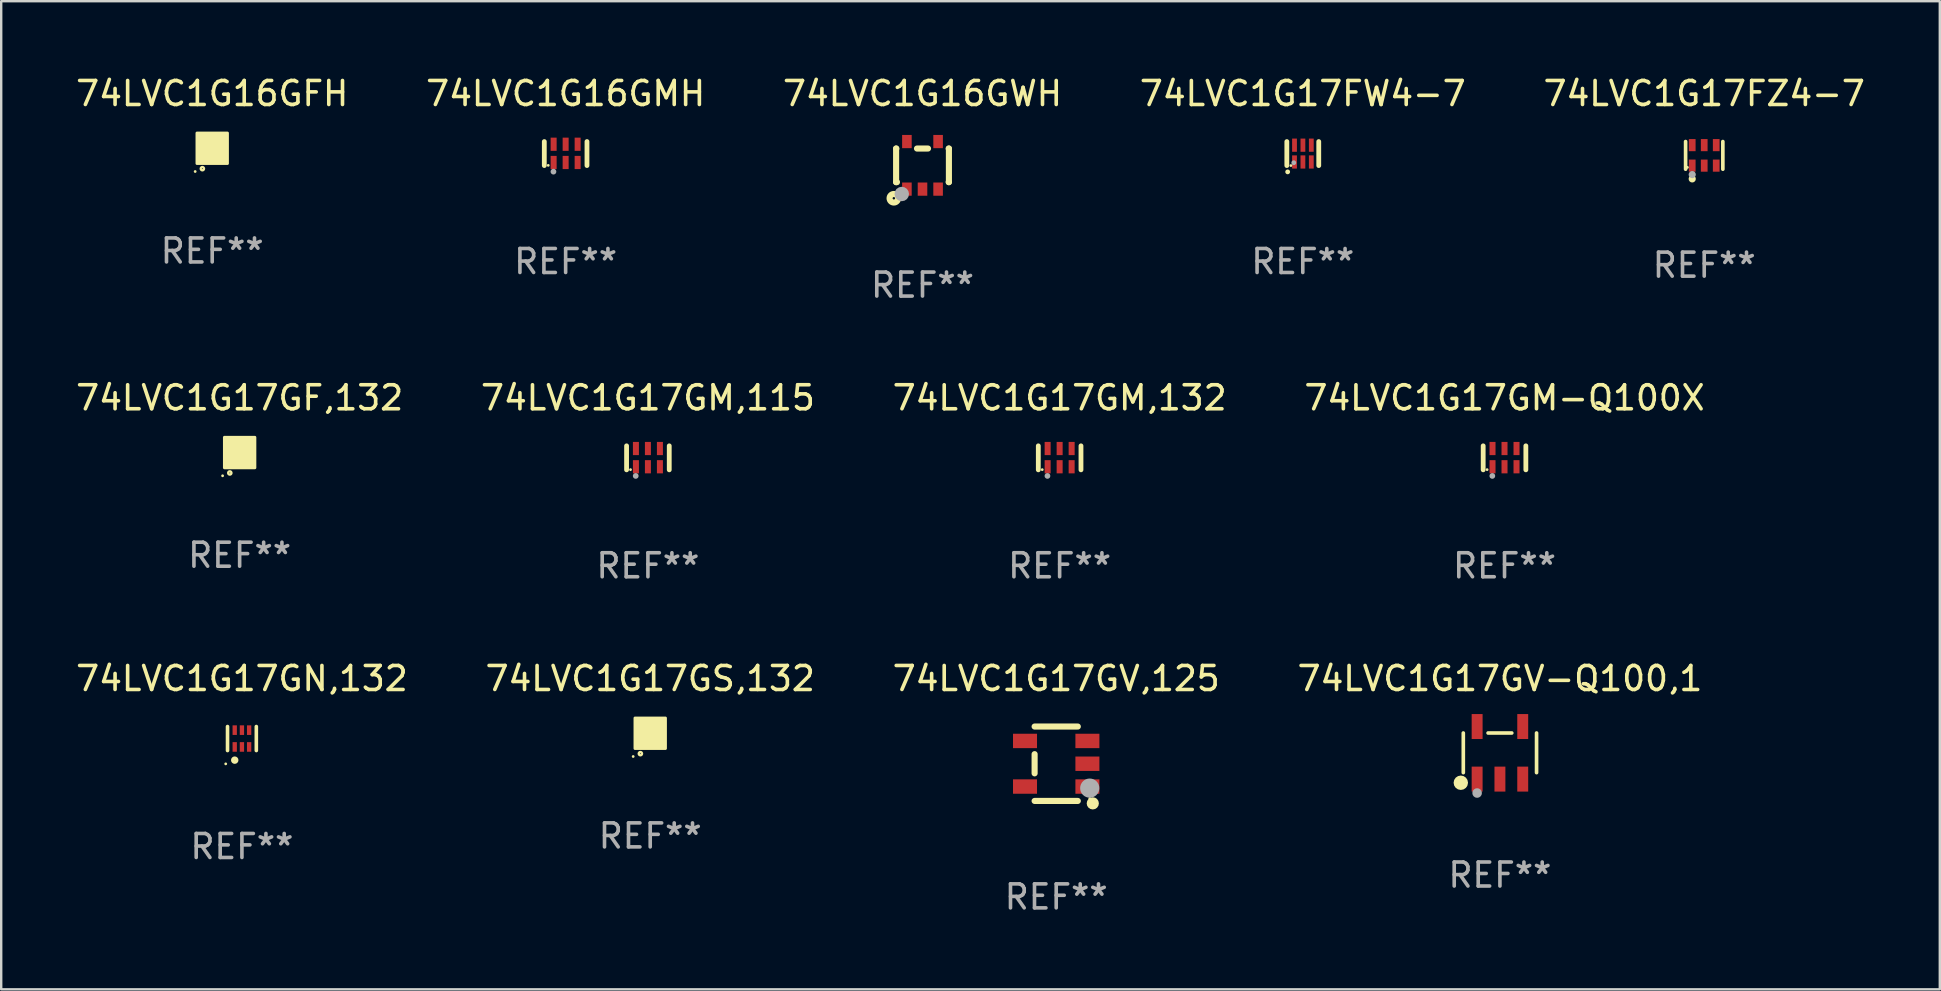
<source format=kicad_pcb>
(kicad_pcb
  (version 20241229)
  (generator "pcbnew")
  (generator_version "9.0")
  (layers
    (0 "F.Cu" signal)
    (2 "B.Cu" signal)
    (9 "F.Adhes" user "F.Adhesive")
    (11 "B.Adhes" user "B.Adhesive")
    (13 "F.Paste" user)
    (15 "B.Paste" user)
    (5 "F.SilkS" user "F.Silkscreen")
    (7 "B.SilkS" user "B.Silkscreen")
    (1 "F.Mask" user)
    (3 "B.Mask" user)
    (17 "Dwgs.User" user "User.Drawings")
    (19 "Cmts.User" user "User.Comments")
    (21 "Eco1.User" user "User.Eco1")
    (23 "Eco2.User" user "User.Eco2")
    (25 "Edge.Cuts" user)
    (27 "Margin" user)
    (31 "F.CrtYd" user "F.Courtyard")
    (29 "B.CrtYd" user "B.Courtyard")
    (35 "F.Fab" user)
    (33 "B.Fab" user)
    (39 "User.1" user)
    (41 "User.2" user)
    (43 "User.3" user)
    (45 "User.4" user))
  (footprint "74LVC1G17GF,132"
    (layer "F.Cu")
    (at 6.935 15.806)
    (property "Reference" "74LVC1G17GF,132" (at 0 -2.28 0) (layer "F.SilkS") (effects (font (size 1 1) (thickness 0.15))))
    (attr through_hole)
    (fp_circle (center -0.71 0.968) (end -0.68 0.968) (stroke (width 0.06) (type solid)) (fill no) (layer "F.SilkS"))
    (fp_circle (center -0.41 0.85) (end -0.342 0.85) (stroke (width 0.1) (type solid)) (fill no) (layer "F.SilkS"))
    (fp_poly (pts (xy -0.635 -0.635) (xy 0.635 -0.635) (xy 0.635 0.635) (xy -0.635 0.635)) (stroke (width 0.12) (type solid)) (fill yes) (layer "F.SilkS"))
    (fp_text user "REF**" (at 0 4.28 0) (layer "F.Fab") (effects (font (size 1 1) (thickness 0.15))))
    (pad "1" smd rect (at -0.35 0.28 90) (size 0.35 0.2) (layers "F.Cu" "F.Mask" "F.Paste"))
    (pad "2" smd rect (at 0 0.28 90) (size 0.35 0.2) (layers "F.Cu" "F.Mask" "F.Paste"))
    (pad "3" smd rect (at 0.35 0.28 90) (size 0.35 0.2) (layers "F.Cu" "F.Mask" "F.Paste"))
    (pad "4" smd rect (at 0.35 -0.28 90) (size 0.35 0.2) (layers "F.Cu" "F.Mask" "F.Paste"))
    (pad "5" smd rect (at 0 -0.28 90) (size 0.35 0.2) (layers "F.Cu" "F.Mask" "F.Paste"))
    (pad "6" smd rect (at -0.35 -0.28 90) (size 0.35 0.2) (layers "F.Cu" "F.Mask" "F.Paste")))
  (footprint "74LVC1G17FZ4-7"
    (layer "F.Cu")
    (at 67.958 3.424)
    (property "Reference" "74LVC1G17FZ4-7" (at 0 -2.576 0) (layer "F.SilkS") (effects (font (size 1 1) (thickness 0.15))))
    (attr through_hole)
    (fp_line (start -0.776 0.576) (end -0.776 -0.576) (stroke (width 0.152) (type solid)) (layer "F.SilkS"))
    (fp_line (start 0.776 0.576) (end 0.776 -0.576) (stroke (width 0.152) (type solid)) (layer "F.SilkS"))
    (fp_circle (center -0.7 0.5) (end -0.67 0.5) (stroke (width 0.06) (type solid)) (fill no) (layer "F.SilkS"))
    (fp_circle (center -0.5 0.98) (end -0.425 0.98) (stroke (width 0.15) (type solid)) (fill no) (layer "F.SilkS"))
    (fp_circle (center -0.5 0.8) (end -0.425 0.8) (stroke (width 0.15) (type solid)) (fill no) (layer "F.Fab"))
    (fp_text user "REF**" (at 0 4.576 0) (layer "F.Fab") (effects (font (size 1 1) (thickness 0.15))))
    (pad "1" smd rect (at -0.5 0.427) (size 0.28 0.505) (layers "F.Cu" "F.Mask" "F.Paste"))
    (pad "2" smd rect (at 0 0.427) (size 0.28 0.505) (layers "F.Cu" "F.Mask" "F.Paste"))
    (pad "3" smd rect (at 0.5 0.427) (size 0.28 0.505) (layers "F.Cu" "F.Mask" "F.Paste"))
    (pad "4" smd rect (at 0.5 -0.427) (size 0.28 0.505) (layers "F.Cu" "F.Mask" "F.Paste"))
    (pad "5" smd rect (at 0 -0.427) (size 0.28 0.505) (layers "F.Cu" "F.Mask" "F.Paste"))
    (pad "6" smd rect (at -0.5 -0.427) (size 0.28 0.505) (layers "F.Cu" "F.Mask" "F.Paste")))
  (footprint "74LVC1G17GV,125"
    (layer "F.Cu")
    (at 40.958 28.772)
    (property "Reference" "74LVC1G17GV,125" (at 0 -3.55 0) (layer "F.SilkS") (effects (font (size 1 1) (thickness 0.15))))
    (attr through_hole)
    (fp_line (start -0.9 -1.55) (end 0.9 -1.55) (stroke (width 0.254) (type solid)) (layer "F.SilkS"))
    (fp_line (start -0.9 0.4) (end -0.9 -0.4) (stroke (width 0.254) (type solid)) (layer "F.SilkS"))
    (fp_line (start -0.9 1.55) (end 0.9 1.55) (stroke (width 0.254) (type solid)) (layer "F.SilkS"))
    (fp_circle (center 1.4 1.45) (end 1.43 1.45) (stroke (width 0.06) (type solid)) (fill no) (layer "F.SilkS"))
    (fp_circle (center 1.524 1.651) (end 1.651 1.651) (stroke (width 0.254) (type solid)) (fill no) (layer "F.SilkS"))
    (fp_circle (center 1.397 1.016) (end 1.597 1.016) (stroke (width 0.4) (type solid)) (fill no) (layer "F.Fab"))
    (fp_text user "REF**" (at 0 5.55 0) (layer "F.Fab") (effects (font (size 1 1) (thickness 0.15))))
    (pad "1" smd rect (at 1.3 0.95) (size 1 0.6) (layers "F.Cu" "F.Mask" "F.Paste"))
    (pad "2" smd rect (at 1.3 -0.000051) (size 1 0.6) (layers "F.Cu" "F.Mask" "F.Paste"))
    (pad "3" smd rect (at 1.3 -0.95) (size 1 0.6) (layers "F.Cu" "F.Mask" "F.Paste"))
    (pad "4" smd rect (at -1.3 -0.95) (size 1 0.6) (layers "F.Cu" "F.Mask" "F.Paste"))
    (pad "5" smd rect (at -1.3 0.95) (size 1 0.6) (layers "F.Cu" "F.Mask" "F.Paste")))
  (footprint "74LVC1G16GWH"
    (layer "F.Cu")
    (at 35.387 3.839)
    (property "Reference" "74LVC1G16GWH" (at 0 -2.991 0) (layer "F.SilkS") (effects (font (size 1 1) (thickness 0.15))))
    (attr through_hole)
    (fp_line (start -1.1 -0.7) (end -1.1 0.7) (stroke (width 0.254) (type solid)) (layer "F.SilkS"))
    (fp_line (start -1.1 -0.7) (end -1.09 -0.7) (stroke (width 0.254) (type solid)) (layer "F.SilkS"))
    (fp_line (start -1.1 0.7) (end -1.065 0.7) (stroke (width 0.254) (type solid)) (layer "F.SilkS"))
    (fp_line (start -0.23 -0.7) (end 0.23 -0.7) (stroke (width 0.254) (type solid)) (layer "F.SilkS"))
    (fp_line (start 1.09 -0.7) (end 1.1 -0.7) (stroke (width 0.254) (type solid)) (layer "F.SilkS"))
    (fp_line (start 1.09 0.7) (end 1.1 0.7) (stroke (width 0.254) (type solid)) (layer "F.SilkS"))
    (fp_line (start 1.1 -0.7) (end 1.1 0.7) (stroke (width 0.254) (type solid)) (layer "F.SilkS"))
    (fp_circle (center -1.194 1.372) (end -1.143 1.372) (stroke (width 0.254) (type solid)) (fill no) (layer "F.SilkS"))
    (fp_circle (center -1.05 1.063) (end -1.02 1.063) (stroke (width 0.06) (type solid)) (fill no) (layer "F.SilkS"))
    (fp_circle (center -0.864 1.194) (end -0.713 1.194) (stroke (width 0.3) (type solid)) (fill no) (layer "F.Fab"))
    (fp_text user "REF**" (at 0 4.991 0) (layer "F.Fab") (effects (font (size 1 1) (thickness 0.15))))
    (pad "1" smd rect (at -0.65 0.991 180) (size 0.399 0.551) (layers "F.Cu" "F.Mask" "F.Paste"))
    (pad "2" smd rect (at 0 0.991 180) (size 0.399 0.551) (layers "F.Cu" "F.Mask" "F.Paste"))
    (pad "3" smd rect (at 0.65 0.991 180) (size 0.399 0.551) (layers "F.Cu" "F.Mask" "F.Paste"))
    (pad "4" smd rect (at 0.65 -0.991 180) (size 0.399 0.551) (layers "F.Cu" "F.Mask" "F.Paste"))
    (pad "5" smd rect (at -0.65 -0.991 180) (size 0.399 0.551) (layers "F.Cu" "F.Mask" "F.Paste")))
  (footprint "74LVC1G17FW4-7"
    (layer "F.Cu")
    (at 51.232 3.349)
    (property "Reference" "74LVC1G17FW4-7" (at 0 -2.5 0) (layer "F.SilkS") (effects (font (size 1 1) (thickness 0.15))))
    (attr through_hole)
    (fp_line (start -0.665 0.5) (end -0.665 -0.5) (stroke (width 0.2) (type solid)) (layer "F.SilkS"))
    (fp_line (start 0.665 0.5) (end 0.665 -0.5) (stroke (width 0.2) (type solid)) (layer "F.SilkS"))
    (fp_circle (center -0.63 0.762) (end -0.58 0.762) (stroke (width 0.1) (type solid)) (fill no) (layer "F.SilkS"))
    (fp_circle (center -0.495 0.5) (end -0.465 0.5) (stroke (width 0.06) (type solid)) (fill no) (layer "F.SilkS"))
    (fp_circle (center -0.376 0.381) (end -0.326 0.381) (stroke (width 0.1) (type solid)) (fill no) (layer "F.Fab"))
    (fp_text user "REF**" (at 0 4.5 0) (layer "F.Fab") (effects (font (size 1 1) (thickness 0.15))))
    (pad "1" smd rect (at -0.345 0.35 180) (size 0.2 0.55) (layers "F.Cu" "F.Mask" "F.Paste"))
    (pad "2" smd rect (at 0.005 0.35 180) (size 0.2 0.55) (layers "F.Cu" "F.Mask" "F.Paste"))
    (pad "3" smd rect (at 0.355 0.35 180) (size 0.2 0.55) (layers "F.Cu" "F.Mask" "F.Paste"))
    (pad "4" smd rect (at 0.355 -0.35 180) (size 0.2 0.55) (layers "F.Cu" "F.Mask" "F.Paste"))
    (pad "5" smd rect (at 0.005 -0.35 180) (size 0.2 0.55) (layers "F.Cu" "F.Mask" "F.Paste"))
    (pad "6" smd rect (at -0.345 -0.35 180) (size 0.2 0.55) (layers "F.Cu" "F.Mask" "F.Paste")))
  (footprint "74LVC1G17GS,132"
    (layer "F.Cu")
    (at 24.042 27.502)
    (property "Reference" "74LVC1G17GS,132" (at 0 -2.28 0) (layer "F.SilkS") (effects (font (size 1 1) (thickness 0.15))))
    (attr through_hole)
    (fp_circle (center -0.71 0.968) (end -0.68 0.968) (stroke (width 0.06) (type solid)) (fill no) (layer "F.SilkS"))
    (fp_circle (center -0.41 0.85) (end -0.342 0.85) (stroke (width 0.1) (type solid)) (fill no) (layer "F.SilkS"))
    (fp_poly (pts (xy -0.635 -0.635) (xy 0.635 -0.635) (xy 0.635 0.635) (xy -0.635 0.635)) (stroke (width 0.12) (type solid)) (fill yes) (layer "F.SilkS"))
    (fp_text user "REF**" (at 0 4.28 0) (layer "F.Fab") (effects (font (size 1 1) (thickness 0.15))))
    (pad "1" smd rect (at -0.35 0.28 90) (size 0.35 0.2) (layers "F.Cu" "F.Mask" "F.Paste"))
    (pad "2" smd rect (at 0 0.28 90) (size 0.35 0.2) (layers "F.Cu" "F.Mask" "F.Paste"))
    (pad "3" smd rect (at 0.35 0.28 90) (size 0.35 0.2) (layers "F.Cu" "F.Mask" "F.Paste"))
    (pad "4" smd rect (at 0.35 -0.28 90) (size 0.35 0.2) (layers "F.Cu" "F.Mask" "F.Paste"))
    (pad "5" smd rect (at 0 -0.28 90) (size 0.35 0.2) (layers "F.Cu" "F.Mask" "F.Paste"))
    (pad "6" smd rect (at -0.35 -0.28 90) (size 0.35 0.2) (layers "F.Cu" "F.Mask" "F.Paste")))
  (footprint "74LVC1G17GV-Q100,1"
    (layer "F.Cu")
    (at 59.446 28.317)
    (property "Reference" "74LVC1G17GV-Q100,1" (at 0 -3.095 0) (layer "F.SilkS") (effects (font (size 1 1) (thickness 0.15))))
    (attr through_hole)
    (fp_line (start -1.526 0.826) (end -1.526 -0.826) (stroke (width 0.152) (type solid)) (layer "F.SilkS"))
    (fp_line (start 0.494 -0.826) (end -0.494 -0.826) (stroke (width 0.152) (type solid)) (layer "F.SilkS"))
    (fp_line (start 1.526 0.826) (end 1.526 -0.826) (stroke (width 0.152) (type solid)) (layer "F.SilkS"))
    (fp_circle (center -1.63 1.247) (end -1.48 1.247) (stroke (width 0.3) (type solid)) (fill no) (layer "F.SilkS"))
    (fp_circle (center -1.45 1.375) (end -1.42 1.375) (stroke (width 0.06) (type solid)) (fill no) (layer "F.SilkS"))
    (fp_circle (center -0.95 1.675) (end -0.85 1.675) (stroke (width 0.2) (type solid)) (fill no) (layer "F.Fab"))
    (fp_text user "REF**" (at 0 5.095 0) (layer "F.Fab") (effects (font (size 1 1) (thickness 0.15))))
    (pad "1" smd rect (at -0.95 1.095) (size 0.455 1.04) (layers "F.Cu" "F.Mask" "F.Paste"))
    (pad "2" smd rect (at 0 1.095) (size 0.455 1.04) (layers "F.Cu" "F.Mask" "F.Paste"))
    (pad "3" smd rect (at 0.95 1.095) (size 0.455 1.04) (layers "F.Cu" "F.Mask" "F.Paste"))
    (pad "4" smd rect (at 0.95 -1.095) (size 0.455 1.04) (layers "F.Cu" "F.Mask" "F.Paste"))
    (pad "5" smd rect (at -0.95 -1.095) (size 0.455 1.04) (layers "F.Cu" "F.Mask" "F.Paste")))
  (footprint "74LVC1G17GM,132"
    (layer "F.Cu")
    (at 41.101 16.026)
    (property "Reference" "74LVC1G17GM,132" (at 0 -2.5 0) (layer "F.SilkS") (effects (font (size 1 1) (thickness 0.15))))
    (attr through_hole)
    (fp_line (start -0.889 0.5) (end -0.889 -0.5) (stroke (width 0.2) (type solid)) (layer "F.SilkS"))
    (fp_line (start 0.889 0.5) (end 0.889 -0.5) (stroke (width 0.2) (type solid)) (layer "F.SilkS"))
    (fp_circle (center -0.725 0.492) (end -0.695 0.492) (stroke (width 0.06) (type solid)) (fill no) (layer "F.SilkS"))
    (fp_circle (center -0.508 0.754) (end -0.448 0.754) (stroke (width 0.12) (type solid)) (fill no) (layer "F.Fab"))
    (fp_text user "REF**" (at 0 4.5 0) (layer "F.Fab") (effects (font (size 1 1) (thickness 0.15))))
    (pad "1" smd rect (at -0.5 0.372) (size 0.25 0.55) (layers "F.Cu" "F.Mask" "F.Paste"))
    (pad "2" smd rect (at -0.000127 0.372) (size 0.25 0.55) (layers "F.Cu" "F.Mask" "F.Paste"))
    (pad "3" smd rect (at 0.5 0.372) (size 0.25 0.55) (layers "F.Cu" "F.Mask" "F.Paste"))
    (pad "4" smd rect (at 0.5 -0.388 180) (size 0.25 0.55) (layers "F.Cu" "F.Mask" "F.Paste"))
    (pad "5" smd rect (at -0.000127 -0.388 180) (size 0.25 0.55) (layers "F.Cu" "F.Mask" "F.Paste"))
    (pad "6" smd rect (at -0.5 -0.388 180) (size 0.25 0.55) (layers "F.Cu" "F.Mask" "F.Paste")))
  (footprint "74LVC1G17GM,115"
    (layer "F.Cu")
    (at 23.946 16.026)
    (property "Reference" "74LVC1G17GM,115" (at 0 -2.5 0) (layer "F.SilkS") (effects (font (size 1 1) (thickness 0.15))))
    (attr through_hole)
    (fp_line (start -0.889 0.5) (end -0.889 -0.5) (stroke (width 0.2) (type solid)) (layer "F.SilkS"))
    (fp_line (start 0.889 0.5) (end 0.889 -0.5) (stroke (width 0.2) (type solid)) (layer "F.SilkS"))
    (fp_circle (center -0.725 0.492) (end -0.695 0.492) (stroke (width 0.06) (type solid)) (fill no) (layer "F.SilkS"))
    (fp_circle (center -0.508 0.754) (end -0.448 0.754) (stroke (width 0.12) (type solid)) (fill no) (layer "F.Fab"))
    (fp_text user "REF**" (at 0 4.5 0) (layer "F.Fab") (effects (font (size 1 1) (thickness 0.15))))
    (pad "1" smd rect (at -0.5 0.372) (size 0.25 0.55) (layers "F.Cu" "F.Mask" "F.Paste"))
    (pad "2" smd rect (at -0.000127 0.372) (size 0.25 0.55) (layers "F.Cu" "F.Mask" "F.Paste"))
    (pad "3" smd rect (at 0.5 0.372) (size 0.25 0.55) (layers "F.Cu" "F.Mask" "F.Paste"))
    (pad "4" smd rect (at 0.5 -0.388 180) (size 0.25 0.55) (layers "F.Cu" "F.Mask" "F.Paste"))
    (pad "5" smd rect (at -0.000127 -0.388 180) (size 0.25 0.55) (layers "F.Cu" "F.Mask" "F.Paste"))
    (pad "6" smd rect (at -0.5 -0.388 180) (size 0.25 0.55) (layers "F.Cu" "F.Mask" "F.Paste")))
  (footprint "74LVC1G17GN,132"
    (layer "F.Cu")
    (at 7.03 27.722)
    (property "Reference" "74LVC1G17GN,132" (at 0 -2.5 0) (layer "F.SilkS") (effects (font (size 1 1) (thickness 0.15))))
    (attr through_hole)
    (fp_line (start -0.6 -0.5) (end -0.6 0.5) (stroke (width 0.15) (type solid)) (layer "F.SilkS"))
    (fp_line (start 0.6 0.5) (end 0.6 -0.5) (stroke (width 0.15) (type solid)) (layer "F.SilkS"))
    (fp_circle (center -0.675 1.055) (end -0.645 1.055) (stroke (width 0.06) (type solid)) (fill no) (layer "F.SilkS"))
    (fp_circle (center -0.3 0.9) (end -0.22 0.9) (stroke (width 0.15) (type solid)) (fill no) (layer "F.SilkS"))
    (fp_text user "REF**" (at 0 4.5 0) (layer "F.Fab") (effects (font (size 1 1) (thickness 0.15))))
    (pad "1" smd rect (at -0.3 0.35) (size 0.18 0.4) (layers "F.Cu" "F.Mask" "F.Paste"))
    (pad "2" smd rect (at 0.000025 0.35) (size 0.18 0.4) (layers "F.Cu" "F.Mask" "F.Paste"))
    (pad "3" smd rect (at 0.3 0.35) (size 0.18 0.4) (layers "F.Cu" "F.Mask" "F.Paste"))
    (pad "4" smd rect (at 0.3 -0.35) (size 0.18 0.4) (layers "F.Cu" "F.Mask" "F.Paste"))
    (pad "5" smd rect (at 0.000025 -0.35) (size 0.18 0.4) (layers "F.Cu" "F.Mask" "F.Paste"))
    (pad "6" smd rect (at -0.3 -0.35) (size 0.18 0.4) (layers "F.Cu" "F.Mask" "F.Paste")))
  (footprint "74LVC1G16GFH"
    (layer "F.Cu")
    (at 5.792 3.128)
    (property "Reference" "74LVC1G16GFH" (at 0 -2.28 0) (layer "F.SilkS") (effects (font (size 1 1) (thickness 0.15))))
    (attr through_hole)
    (fp_circle (center -0.71 0.968) (end -0.68 0.968) (stroke (width 0.06) (type solid)) (fill no) (layer "F.SilkS"))
    (fp_circle (center -0.41 0.85) (end -0.342 0.85) (stroke (width 0.1) (type solid)) (fill no) (layer "F.SilkS"))
    (fp_poly (pts (xy -0.635 -0.635) (xy 0.635 -0.635) (xy 0.635 0.635) (xy -0.635 0.635)) (stroke (width 0.12) (type solid)) (fill yes) (layer "F.SilkS"))
    (fp_text user "REF**" (at 0 4.28 0) (layer "F.Fab") (effects (font (size 1 1) (thickness 0.15))))
    (pad "1" smd rect (at -0.35 0.28 90) (size 0.35 0.2) (layers "F.Cu" "F.Mask" "F.Paste"))
    (pad "2" smd rect (at 0 0.28 90) (size 0.35 0.2) (layers "F.Cu" "F.Mask" "F.Paste"))
    (pad "3" smd rect (at 0.35 0.28 90) (size 0.35 0.2) (layers "F.Cu" "F.Mask" "F.Paste"))
    (pad "4" smd rect (at 0.35 -0.28 90) (size 0.35 0.2) (layers "F.Cu" "F.Mask" "F.Paste"))
    (pad "5" smd rect (at 0 -0.28 90) (size 0.35 0.2) (layers "F.Cu" "F.Mask" "F.Paste"))
    (pad "6" smd rect (at -0.35 -0.28 90) (size 0.35 0.2) (layers "F.Cu" "F.Mask" "F.Paste")))
  (footprint "74LVC1G17GM-Q100X"
    (layer "F.Cu")
    (at 59.637 16.026)
    (property "Reference" "74LVC1G17GM-Q100X" (at 0 -2.5 0) (layer "F.SilkS") (effects (font (size 1 1) (thickness 0.15))))
    (attr through_hole)
    (fp_line (start -0.889 0.5) (end -0.889 -0.5) (stroke (width 0.2) (type solid)) (layer "F.SilkS"))
    (fp_line (start 0.889 0.5) (end 0.889 -0.5) (stroke (width 0.2) (type solid)) (layer "F.SilkS"))
    (fp_circle (center -0.725 0.492) (end -0.695 0.492) (stroke (width 0.06) (type solid)) (fill no) (layer "F.SilkS"))
    (fp_circle (center -0.508 0.754) (end -0.448 0.754) (stroke (width 0.12) (type solid)) (fill no) (layer "F.Fab"))
    (fp_text user "REF**" (at 0 4.5 0) (layer "F.Fab") (effects (font (size 1 1) (thickness 0.15))))
    (pad "1" smd rect (at -0.5 0.372) (size 0.25 0.55) (layers "F.Cu" "F.Mask" "F.Paste"))
    (pad "2" smd rect (at -0.000127 0.372) (size 0.25 0.55) (layers "F.Cu" "F.Mask" "F.Paste"))
    (pad "3" smd rect (at 0.5 0.372) (size 0.25 0.55) (layers "F.Cu" "F.Mask" "F.Paste"))
    (pad "4" smd rect (at 0.5 -0.388 180) (size 0.25 0.55) (layers "F.Cu" "F.Mask" "F.Paste"))
    (pad "5" smd rect (at -0.000127 -0.388 180) (size 0.25 0.55) (layers "F.Cu" "F.Mask" "F.Paste"))
    (pad "6" smd rect (at -0.5 -0.388 180) (size 0.25 0.55) (layers "F.Cu" "F.Mask" "F.Paste")))
  (footprint "74LVC1G16GMH"
    (layer "F.Cu")
    (at 20.518 3.348)
    (property "Reference" "74LVC1G16GMH" (at 0 -2.5 0) (layer "F.SilkS") (effects (font (size 1 1) (thickness 0.15))))
    (attr through_hole)
    (fp_line (start -0.889 0.5) (end -0.889 -0.5) (stroke (width 0.2) (type solid)) (layer "F.SilkS"))
    (fp_line (start 0.889 0.5) (end 0.889 -0.5) (stroke (width 0.2) (type solid)) (layer "F.SilkS"))
    (fp_circle (center -0.725 0.492) (end -0.695 0.492) (stroke (width 0.06) (type solid)) (fill no) (layer "F.SilkS"))
    (fp_circle (center -0.508 0.754) (end -0.448 0.754) (stroke (width 0.12) (type solid)) (fill no) (layer "F.Fab"))
    (fp_text user "REF**" (at 0 4.5 0) (layer "F.Fab") (effects (font (size 1 1) (thickness 0.15))))
    (pad "1" smd rect (at -0.5 0.372) (size 0.25 0.55) (layers "F.Cu" "F.Mask" "F.Paste"))
    (pad "2" smd rect (at -0.000127 0.372) (size 0.25 0.55) (layers "F.Cu" "F.Mask" "F.Paste"))
    (pad "3" smd rect (at 0.5 0.372) (size 0.25 0.55) (layers "F.Cu" "F.Mask" "F.Paste"))
    (pad "4" smd rect (at 0.5 -0.388 180) (size 0.25 0.55) (layers "F.Cu" "F.Mask" "F.Paste"))
    (pad "5" smd rect (at -0.000127 -0.388 180) (size 0.25 0.55) (layers "F.Cu" "F.Mask" "F.Paste"))
    (pad "6" smd rect (at -0.5 -0.388 180) (size 0.25 0.55) (layers "F.Cu" "F.Mask" "F.Paste")))
  (gr_rect
    (start -3 -3)
    (end 77.774 38.171)
    (stroke (width 0.1) (type default))
    (fill no)
    (layer "Edge.Cuts")))
</source>
